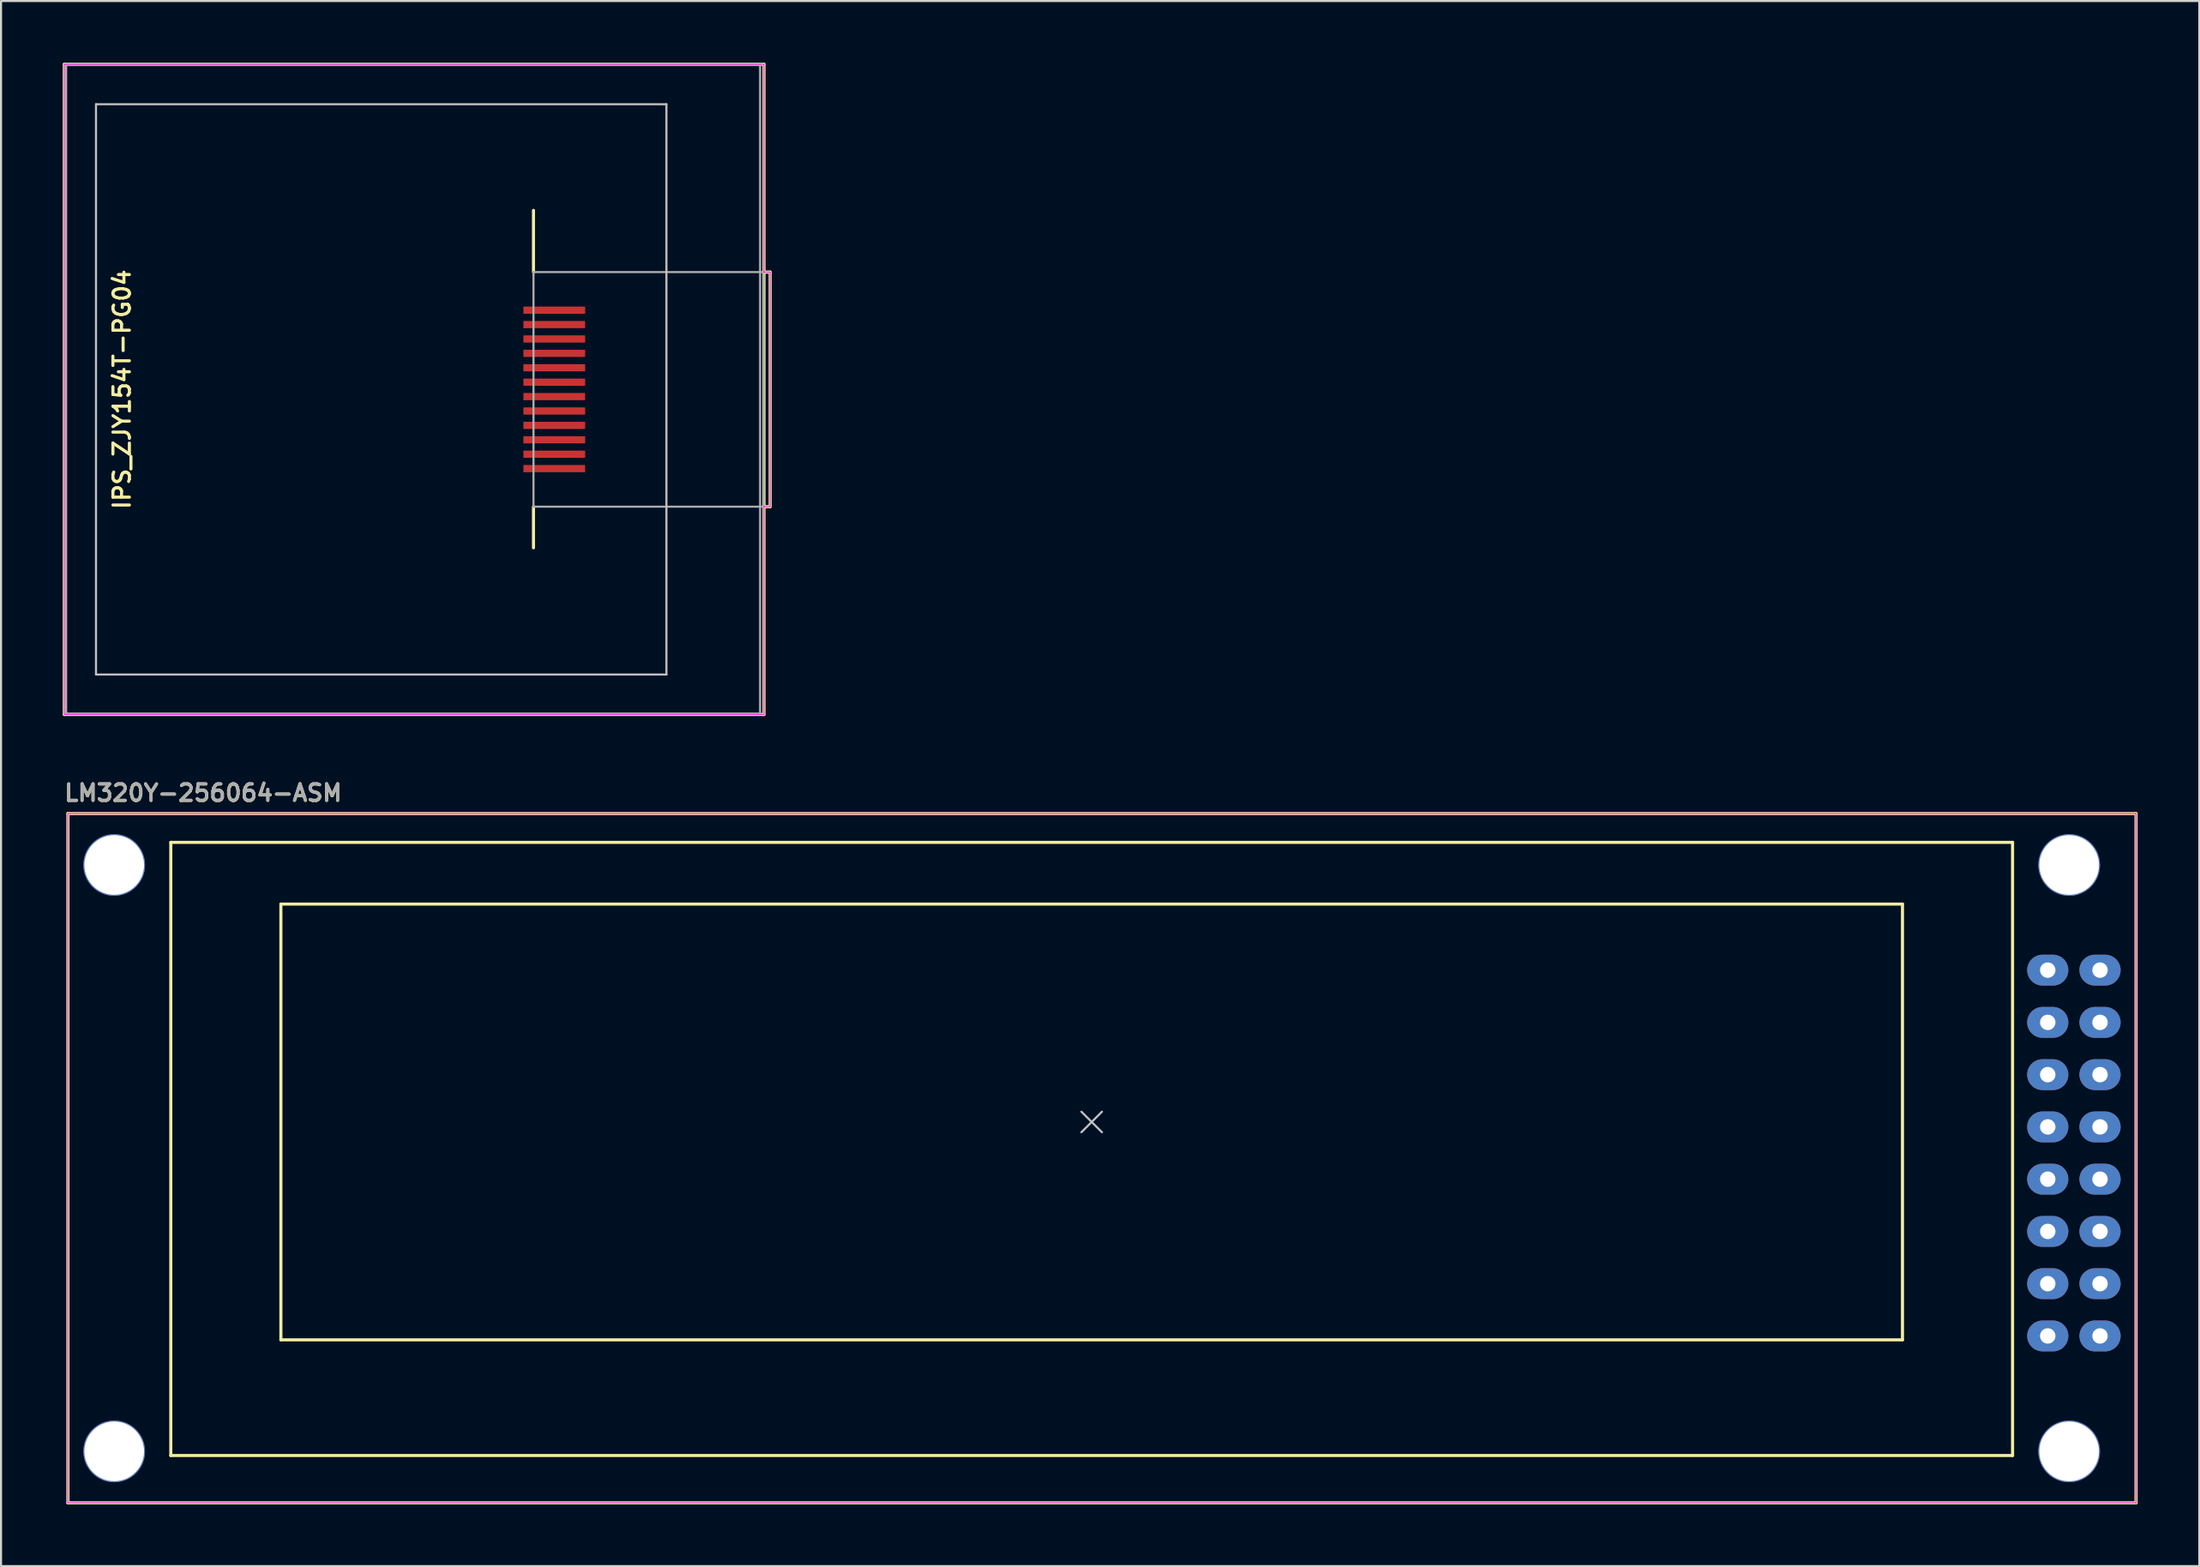
<source format=kicad_pcb>
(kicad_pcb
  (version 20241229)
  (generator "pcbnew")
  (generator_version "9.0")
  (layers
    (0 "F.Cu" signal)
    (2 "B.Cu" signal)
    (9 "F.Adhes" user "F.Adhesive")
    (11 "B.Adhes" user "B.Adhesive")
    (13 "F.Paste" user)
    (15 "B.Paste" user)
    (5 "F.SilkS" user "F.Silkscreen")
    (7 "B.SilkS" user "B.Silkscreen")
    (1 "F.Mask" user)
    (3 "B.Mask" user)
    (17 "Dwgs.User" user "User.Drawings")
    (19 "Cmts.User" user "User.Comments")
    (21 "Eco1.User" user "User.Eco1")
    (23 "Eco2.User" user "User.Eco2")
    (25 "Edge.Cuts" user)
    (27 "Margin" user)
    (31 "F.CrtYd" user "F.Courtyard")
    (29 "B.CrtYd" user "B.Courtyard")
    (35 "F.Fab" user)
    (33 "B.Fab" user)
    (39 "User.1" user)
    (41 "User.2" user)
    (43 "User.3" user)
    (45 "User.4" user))
  (footprint "LM320Y-256064-ASM"
    (layer "F.Cu")
    (at 50 51.481)
    (property "Reference" "LM320Y-256064-ASM" (at -50 -15.99 0) (layer "F.SilkS") (effects (font (size 0.8 0.8) (thickness 0.15)) (justify left)))
    (attr through_hole)
    (fp_line (start -49.75 -14.99) (end -49.75 18.51) (stroke (width 0.15) (type solid)) (layer "F.SilkS"))
    (fp_line (start -49.75 18.51) (end 50.75 18.51) (stroke (width 0.15) (type solid)) (layer "F.SilkS"))
    (fp_line (start -44.75 -13.59) (end -44.75 16.21) (stroke (width 0.15) (type solid)) (layer "F.SilkS"))
    (fp_line (start -44.75 16.21) (end 44.75 16.21) (stroke (width 0.15) (type solid)) (layer "F.SilkS"))
    (fp_line (start -39.4 -10.59) (end -39.4 10.59) (stroke (width 0.15) (type solid)) (layer "F.SilkS"))
    (fp_line (start -39.4 10.59) (end 39.4 10.59) (stroke (width 0.15) (type solid)) (layer "F.SilkS"))
    (fp_line (start 39.4 -10.59) (end -39.4 -10.59) (stroke (width 0.15) (type solid)) (layer "F.SilkS"))
    (fp_line (start 39.4 -10.59) (end 39.4 10.59) (stroke (width 0.15) (type solid)) (layer "F.SilkS"))
    (fp_line (start 44.75 -13.59) (end -44.75 -13.59) (stroke (width 0.15) (type solid)) (layer "F.SilkS"))
    (fp_line (start 44.75 16.21) (end 44.75 -13.59) (stroke (width 0.15) (type solid)) (layer "F.SilkS"))
    (fp_line (start 50.75 -14.99) (end -49.75 -14.99) (stroke (width 0.15) (type solid)) (layer "F.SilkS"))
    (fp_line (start 50.75 -14.99) (end 50.75 18.51) (stroke (width 0.15) (type solid)) (layer "F.SilkS"))
    (fp_line (start 0 0) (end -0.5 -0.5) (stroke (width 0.1) (type solid)) (layer "Dwgs.User"))
    (fp_line (start 0 0) (end -0.5 0.5) (stroke (width 0.1) (type solid)) (layer "Dwgs.User"))
    (fp_line (start 0 0) (end 0.5 -0.5) (stroke (width 0.1) (type solid)) (layer "Dwgs.User"))
    (fp_line (start 0 0) (end 0.5 0.5) (stroke (width 0.1) (type solid)) (layer "Dwgs.User"))
    (fp_line (start 46.46 10.4) (end 46.46 10.6) (stroke (width 0.1) (type solid)) (layer "Dwgs.User"))
    (fp_line (start -49.75 -14.99) (end 50.75 -14.99) (stroke (width 0.05) (type solid)) (layer "F.CrtYd"))
    (fp_line (start -49.75 18.51) (end -49.75 -14.99) (stroke (width 0.05) (type solid)) (layer "F.CrtYd"))
    (fp_line (start 50.75 -14.99) (end 50.75 18.51) (stroke (width 0.05) (type solid)) (layer "F.CrtYd"))
    (fp_line (start 50.75 18.51) (end -49.75 18.51) (stroke (width 0.05) (type solid)) (layer "F.CrtYd"))
    (fp_text user "${REFERENCE}" (at -50 -16 0) (layer "F.Fab") (effects (font (size 0.8 0.8) (thickness 0.15)) (justify left)))
    (pad "" np_thru_hole circle (at -47.5 -12.49) (size 3 3) (drill 2.9) (layers "*.Cu" "*.Mask"))
    (pad "" np_thru_hole circle (at -47.5 16.01) (size 3 3) (drill 2.9) (layers "*.Cu" "*.Mask"))
    (pad "" np_thru_hole circle (at 47.5 -12.49) (size 3 3) (drill 2.9) (layers "*.Cu" "*.Mask"))
    (pad "" np_thru_hole circle (at 47.5 16.01) (size 3 3) (drill 2.9) (layers "*.Cu" "*.Mask"))
    (pad "1" thru_hole oval (at 46.46 10.4) (size 2 1.5) (drill 0.75) (layers "*.Cu" "*.Mask"))
    (pad "2" thru_hole oval (at 49 10.4) (size 2 1.5) (drill 0.75) (layers "*.Cu" "*.Mask"))
    (pad "3" thru_hole oval (at 46.46 7.86) (size 2 1.5) (drill 0.75) (layers "*.Cu" "*.Mask"))
    (pad "4" thru_hole oval (at 49 7.86) (size 2 1.5) (drill 0.75) (layers "*.Cu" "*.Mask"))
    (pad "5" thru_hole oval (at 46.46 5.32) (size 2 1.5) (drill 0.75) (layers "*.Cu" "*.Mask"))
    (pad "6" thru_hole oval (at 49 5.32) (size 2 1.5) (drill 0.75) (layers "*.Cu" "*.Mask"))
    (pad "7" thru_hole oval (at 46.46 2.78) (size 2 1.5) (drill 0.75) (layers "*.Cu" "*.Mask"))
    (pad "8" thru_hole oval (at 49 2.78) (size 2 1.5) (drill 0.75) (layers "*.Cu" "*.Mask"))
    (pad "9" thru_hole oval (at 46.46 0.24) (size 2 1.5) (drill 0.75) (layers "*.Cu" "*.Mask"))
    (pad "10" thru_hole oval (at 49 0.24) (size 2 1.5) (drill 0.75) (layers "*.Cu" "*.Mask"))
    (pad "11" thru_hole oval (at 46.46 -2.3) (size 2 1.5) (drill 0.75) (layers "*.Cu" "*.Mask"))
    (pad "12" thru_hole oval (at 49 -2.3) (size 2 1.5) (drill 0.75) (layers "*.Cu" "*.Mask"))
    (pad "13" thru_hole oval (at 46.46 -4.84) (size 2 1.5) (drill 0.75) (layers "*.Cu" "*.Mask"))
    (pad "14" thru_hole oval (at 49 -4.84) (size 2 1.5) (drill 0.75) (layers "*.Cu" "*.Mask"))
    (pad "15" thru_hole oval (at 46.46 -7.38) (size 2 1.5) (drill 0.75) (layers "*.Cu" "*.Mask"))
    (pad "16" thru_hole oval (at 49 -7.38) (size 2 1.5) (drill 0.75) (layers "*.Cu" "*.Mask")))
  (footprint "IPS_ZJY154T-PG04"
    (layer "F.Cu")
    (at 15.475 15.875)
    (property "Reference" "IPS_ZJY154T-PG04" (at -12.6 0 90) (layer "F.SilkS") (effects (font (size 0.8 0.8) (thickness 0.15))))
    (attr through_hole)
    (fp_line (start -15.4 -15.8) (end 18.6 -15.8) (stroke (width 0.15) (type solid)) (layer "F.SilkS"))
    (fp_line (start -15.4 15.8) (end -15.4 -15.8) (stroke (width 0.15) (type solid)) (layer "F.SilkS"))
    (fp_line (start 7.4 -5.7) (end 7.4 -8.7) (stroke (width 0.15) (type solid)) (layer "F.SilkS"))
    (fp_line (start 7.4 5.7) (end 7.4 7.7) (stroke (width 0.15) (type solid)) (layer "F.SilkS"))
    (fp_line (start 18.6 -15.8) (end 18.6 15.8) (stroke (width 0.15) (type solid)) (layer "F.SilkS"))
    (fp_line (start 18.6 15.8) (end -15.4 15.8) (stroke (width 0.15) (type solid)) (layer "F.SilkS"))
    (fp_line (start 18.9 -5.7) (end 18.6 -5.7) (stroke (width 0.15) (type solid)) (layer "F.SilkS"))
    (fp_line (start 18.9 -5.7) (end 18.9 5.7) (stroke (width 0.15) (type solid)) (layer "F.SilkS"))
    (fp_line (start 18.9 5.7) (end 18.6 5.7) (stroke (width 0.15) (type solid)) (layer "F.SilkS"))
    (fp_line (start -13.86 -13.86) (end -13.86 13.86) (stroke (width 0.1) (type solid)) (layer "Dwgs.User"))
    (fp_line (start -13.86 13.86) (end 13.86 13.86) (stroke (width 0.1) (type solid)) (layer "Dwgs.User"))
    (fp_line (start 13.86 -13.86) (end -13.86 -13.86) (stroke (width 0.1) (type solid)) (layer "Dwgs.User"))
    (fp_line (start 13.86 13.86) (end 13.86 -13.86) (stroke (width 0.1) (type solid)) (layer "Dwgs.User"))
    (fp_line (start -15.4 -15.8) (end 18.6 -15.8) (stroke (width 0.05) (type solid)) (layer "F.CrtYd"))
    (fp_line (start -15.4 15.8) (end -15.4 -15.8) (stroke (width 0.05) (type solid)) (layer "F.CrtYd"))
    (fp_line (start 18.6 -15.8) (end 18.6 -5.7) (stroke (width 0.05) (type solid)) (layer "F.CrtYd"))
    (fp_line (start 18.6 -5.7) (end 18.9 -5.7) (stroke (width 0.05) (type solid)) (layer "F.CrtYd"))
    (fp_line (start 18.6 5.7) (end 18.6 15.8) (stroke (width 0.05) (type solid)) (layer "F.CrtYd"))
    (fp_line (start 18.6 15.8) (end -15.4 15.8) (stroke (width 0.05) (type solid)) (layer "F.CrtYd"))
    (fp_line (start 18.9 -5.7) (end 18.9 5.7) (stroke (width 0.05) (type solid)) (layer "F.CrtYd"))
    (fp_line (start 18.9 5.7) (end 18.6 5.7) (stroke (width 0.05) (type solid)) (layer "F.CrtYd"))
    (fp_line (start -15.31 -15.76) (end -15.31 15.76) (stroke (width 0.1) (type solid)) (layer "F.Fab"))
    (fp_line (start -15.31 -15.76) (end 18.41 -15.76) (stroke (width 0.1) (type solid)) (layer "F.Fab"))
    (fp_line (start -15.31 15.76) (end 18.41 15.76) (stroke (width 0.1) (type solid)) (layer "F.Fab"))
    (fp_line (start 7.4 -5.7) (end 7.4 5.7) (stroke (width 0.1) (type solid)) (layer "F.Fab"))
    (fp_line (start 7.4 5.7) (end 18.6 5.7) (stroke (width 0.1) (type solid)) (layer "F.Fab"))
    (fp_line (start 18.41 -15.76) (end 18.41 15.76) (stroke (width 0.1) (type solid)) (layer "F.Fab"))
    (fp_line (start 18.6 -5.7) (end 7.4 -5.7) (stroke (width 0.1) (type solid)) (layer "F.Fab"))
    (fp_line (start 18.6 5.7) (end 18.6 -5.7) (stroke (width 0.1) (type solid)) (layer "F.Fab"))
    (pad "1" smd rect (at 8.41 -3.85) (size 3 0.35) (layers "F.Cu" "F.Mask" "F.Paste"))
    (pad "2" smd rect (at 8.41 -3.15) (size 3 0.35) (layers "F.Cu" "F.Mask" "F.Paste"))
    (pad "3" smd rect (at 8.41 -2.45) (size 3 0.35) (layers "F.Cu" "F.Mask" "F.Paste"))
    (pad "4" smd rect (at 8.41 -1.75) (size 3 0.35) (layers "F.Cu" "F.Mask" "F.Paste"))
    (pad "5" smd rect (at 8.41 -1.05) (size 3 0.35) (layers "F.Cu" "F.Mask" "F.Paste"))
    (pad "6" smd rect (at 8.41 -0.35) (size 3 0.35) (layers "F.Cu" "F.Mask" "F.Paste"))
    (pad "7" smd rect (at 8.41 0.35) (size 3 0.35) (layers "F.Cu" "F.Mask" "F.Paste"))
    (pad "8" smd rect (at 8.41 1.05) (size 3 0.35) (layers "F.Cu" "F.Mask" "F.Paste"))
    (pad "9" smd rect (at 8.41 1.75) (size 3 0.35) (layers "F.Cu" "F.Mask" "F.Paste"))
    (pad "10" smd rect (at 8.41 2.45) (size 3 0.35) (layers "F.Cu" "F.Mask" "F.Paste"))
    (pad "11" smd rect (at 8.41 3.15) (size 3 0.35) (layers "F.Cu" "F.Mask" "F.Paste"))
    (pad "12" smd rect (at 8.41 3.85) (size 3 0.35) (layers "F.Cu" "F.Mask" "F.Paste")))
  (gr_rect
    (start -3 -3)
    (end 103.825 73.066)
    (stroke (width 0.1) (type default))
    (fill no)
    (layer "Edge.Cuts")))
</source>
